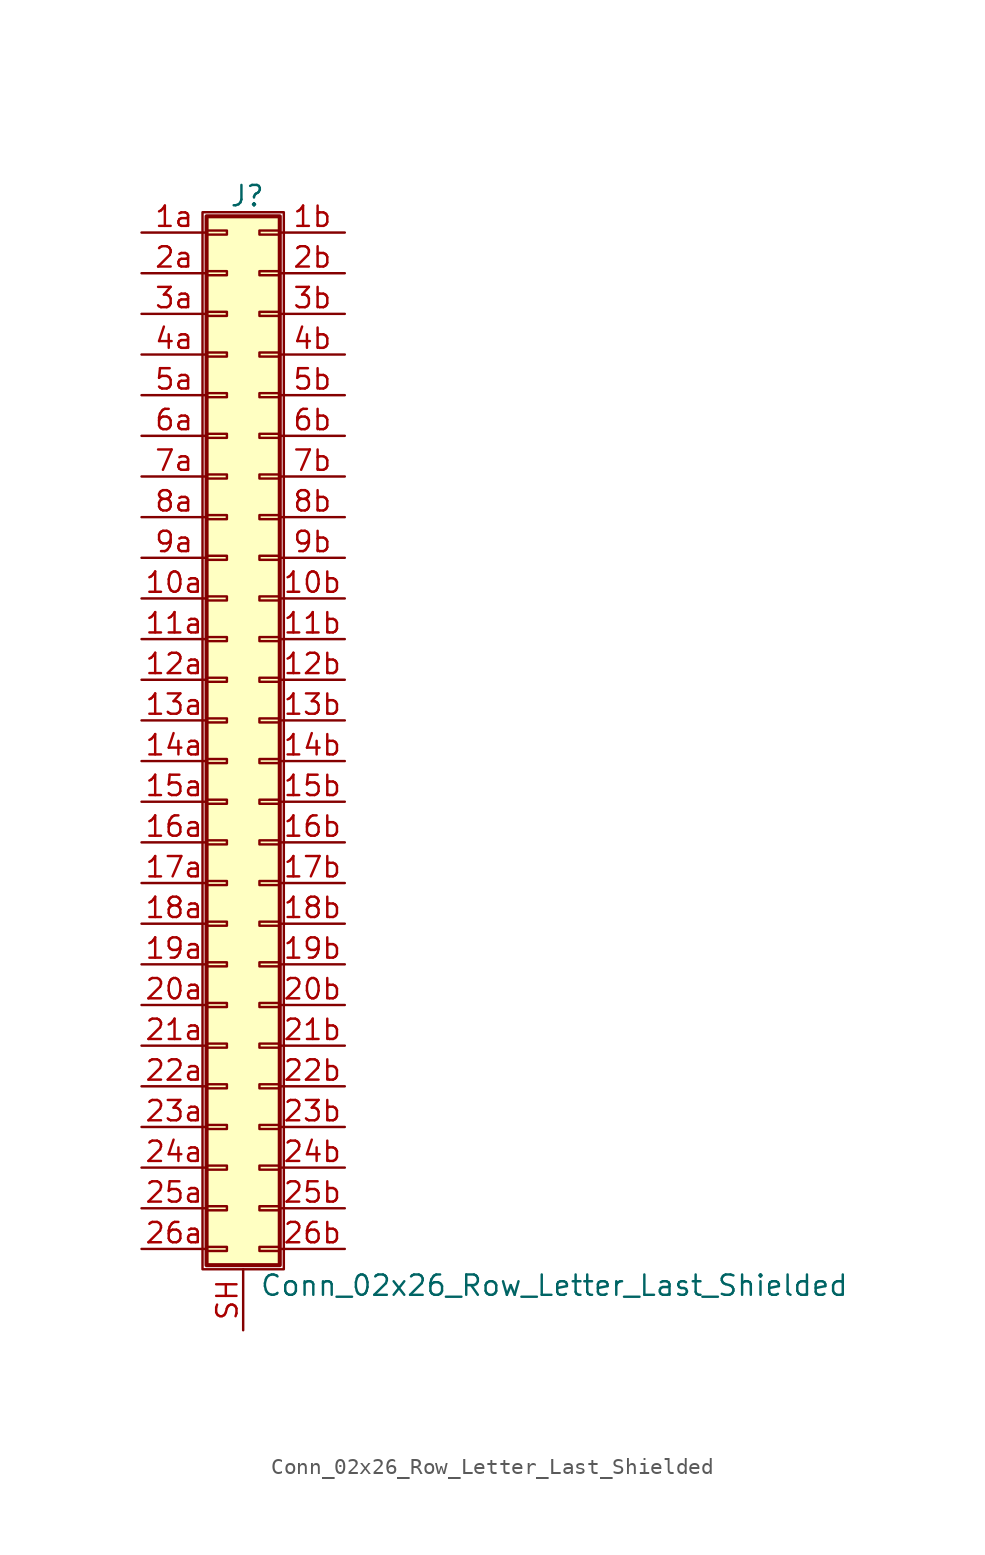
<source format=kicad_sym>
(kicad_symbol_lib
  (version 20201005)
  (generator kicad_symbol_editor)
  (symbol "Conn_02x26_Row_Letter_Last_Shielded"
    (pin_names
      (offset 1.016) hide)
    (property "Reference" "J"
      (at 1.524 32.766 0)
      (effects (font (size 1.27 1.27))))
    (property "Value" "Conn_02x26_Row_Letter_Last_Shielded"
      (at 2.286 -35.306 0)
      (effects (font (size 1.27 1.27)) (justify left)))
    (symbol "Conn_02x26_Row_Letter_Last_Shielded_1_1"
      (rectangle (start -1.27 31.75) (end 3.81 -34.29) (stroke (width 0.152)) (fill (type none)))
      (rectangle (start -1.016 -32.893) (end 0.254 -33.147) (stroke (width 0.152)) (fill (type none)))
      (rectangle (start -1.016 -30.353) (end 0.254 -30.607) (stroke (width 0.152)) (fill (type none)))
      (rectangle (start -1.016 -27.813) (end 0.254 -28.067) (stroke (width 0.152)) (fill (type none)))
      (rectangle (start -1.016 -25.273) (end 0.254 -25.527) (stroke (width 0.152)) (fill (type none)))
      (rectangle (start -1.016 -22.733) (end 0.254 -22.987) (stroke (width 0.152)) (fill (type none)))
      (rectangle (start -1.016 -20.193) (end 0.254 -20.447) (stroke (width 0.152)) (fill (type none)))
      (rectangle (start -1.016 -17.653) (end 0.254 -17.907) (stroke (width 0.152)) (fill (type none)))
      (rectangle (start -1.016 -15.113) (end 0.254 -15.367) (stroke (width 0.152)) (fill (type none)))
      (rectangle (start -1.016 -12.573) (end 0.254 -12.827) (stroke (width 0.152)) (fill (type none)))
      (rectangle (start -1.016 -10.033) (end 0.254 -10.287) (stroke (width 0.152)) (fill (type none)))
      (rectangle (start -1.016 -7.493) (end 0.254 -7.747) (stroke (width 0.152)) (fill (type none)))
      (rectangle (start -1.016 -4.953) (end 0.254 -5.207) (stroke (width 0.152)) (fill (type none)))
      (rectangle (start -1.016 -2.413) (end 0.254 -2.667) (stroke (width 0.152)) (fill (type none)))
      (rectangle (start -1.016 0.127) (end 0.254 -0.127) (stroke (width 0.152)) (fill (type none)))
      (rectangle (start -1.016 2.667) (end 0.254 2.413) (stroke (width 0.152)) (fill (type none)))
      (rectangle (start -1.016 5.207) (end 0.254 4.953) (stroke (width 0.152)) (fill (type none)))
      (rectangle (start -1.016 7.747) (end 0.254 7.493) (stroke (width 0.152)) (fill (type none)))
      (rectangle (start -1.016 10.287) (end 0.254 10.033) (stroke (width 0.152)) (fill (type none)))
      (rectangle (start -1.016 12.827) (end 0.254 12.573) (stroke (width 0.152)) (fill (type none)))
      (rectangle (start -1.016 15.367) (end 0.254 15.113) (stroke (width 0.152)) (fill (type none)))
      (rectangle (start -1.016 17.907) (end 0.254 17.653) (stroke (width 0.152)) (fill (type none)))
      (rectangle (start -1.016 20.447) (end 0.254 20.193) (stroke (width 0.152)) (fill (type none)))
      (rectangle (start -1.016 22.987) (end 0.254 22.733) (stroke (width 0.152)) (fill (type none)))
      (rectangle (start -1.016 25.527) (end 0.254 25.273) (stroke (width 0.152)) (fill (type none)))
      (rectangle (start -1.016 28.067) (end 0.254 27.813) (stroke (width 0.152)) (fill (type none)))
      (rectangle (start -1.016 30.607) (end 0.254 30.353) (stroke (width 0.152)) (fill (type none)))
      (rectangle (start 3.556 -32.893) (end 2.286 -33.147) (stroke (width 0.152)) (fill (type none)))
      (rectangle (start 3.556 -30.353) (end 2.286 -30.607) (stroke (width 0.152)) (fill (type none)))
      (rectangle (start 3.556 -27.813) (end 2.286 -28.067) (stroke (width 0.152)) (fill (type none)))
      (rectangle (start 3.556 -25.273) (end 2.286 -25.527) (stroke (width 0.152)) (fill (type none)))
      (rectangle (start 3.556 -22.733) (end 2.286 -22.987) (stroke (width 0.152)) (fill (type none)))
      (rectangle (start 3.556 -20.193) (end 2.286 -20.447) (stroke (width 0.152)) (fill (type none)))
      (rectangle (start 3.556 -17.653) (end 2.286 -17.907) (stroke (width 0.152)) (fill (type none)))
      (rectangle (start 3.556 -15.113) (end 2.286 -15.367) (stroke (width 0.152)) (fill (type none)))
      (rectangle (start 3.556 -12.573) (end 2.286 -12.827) (stroke (width 0.152)) (fill (type none)))
      (rectangle (start 3.556 -10.033) (end 2.286 -10.287) (stroke (width 0.152)) (fill (type none)))
      (rectangle (start 3.556 -7.493) (end 2.286 -7.747) (stroke (width 0.152)) (fill (type none)))
      (rectangle (start 3.556 -4.953) (end 2.286 -5.207) (stroke (width 0.152)) (fill (type none)))
      (rectangle (start 3.556 -2.413) (end 2.286 -2.667) (stroke (width 0.152)) (fill (type none)))
      (rectangle (start 3.556 0.127) (end 2.286 -0.127) (stroke (width 0.152)) (fill (type none)))
      (rectangle (start 3.556 2.667) (end 2.286 2.413) (stroke (width 0.152)) (fill (type none)))
      (rectangle (start 3.556 5.207) (end 2.286 4.953) (stroke (width 0.152)) (fill (type none)))
      (rectangle (start 3.556 7.747) (end 2.286 7.493) (stroke (width 0.152)) (fill (type none)))
      (rectangle (start 3.556 10.287) (end 2.286 10.033) (stroke (width 0.152)) (fill (type none)))
      (rectangle (start 3.556 12.827) (end 2.286 12.573) (stroke (width 0.152)) (fill (type none)))
      (rectangle (start 3.556 15.367) (end 2.286 15.113) (stroke (width 0.152)) (fill (type none)))
      (rectangle (start 3.556 17.907) (end 2.286 17.653) (stroke (width 0.152)) (fill (type none)))
      (rectangle (start 3.556 20.447) (end 2.286 20.193) (stroke (width 0.152)) (fill (type none)))
      (rectangle (start 3.556 22.987) (end 2.286 22.733) (stroke (width 0.152)) (fill (type none)))
      (rectangle (start 3.556 25.527) (end 2.286 25.273) (stroke (width 0.152)) (fill (type none)))
      (rectangle (start 3.556 28.067) (end 2.286 27.813) (stroke (width 0.152)) (fill (type none)))
      (rectangle (start 3.556 30.607) (end 2.286 30.353) (stroke (width 0.152)) (fill (type none)))
      (rectangle (start -1.016 31.496) (end 3.556 -34.036) (stroke (width 0.254)) (fill (type background)))
      (pin passive line (at -5.08 7.62 0) (length 4.064) (name "Pin_10a" (effects (font (size 1.27 1.27)))) (number "10a" (effects (font (size 1.27 1.27)))))
      (pin passive line (at 7.62 7.62 180) (length 4.064) (name "Pin_10b" (effects (font (size 1.27 1.27)))) (number "10b" (effects (font (size 1.27 1.27)))))
      (pin passive line (at -5.08 5.08 0) (length 4.064) (name "Pin_11a" (effects (font (size 1.27 1.27)))) (number "11a" (effects (font (size 1.27 1.27)))))
      (pin passive line (at 7.62 5.08 180) (length 4.064) (name "Pin_11b" (effects (font (size 1.27 1.27)))) (number "11b" (effects (font (size 1.27 1.27)))))
      (pin passive line (at -5.08 2.54 0) (length 4.064) (name "Pin_12a" (effects (font (size 1.27 1.27)))) (number "12a" (effects (font (size 1.27 1.27)))))
      (pin passive line (at 7.62 2.54 180) (length 4.064) (name "Pin_12b" (effects (font (size 1.27 1.27)))) (number "12b" (effects (font (size 1.27 1.27)))))
      (pin passive line (at -5.08 0 0) (length 4.064) (name "Pin_13a" (effects (font (size 1.27 1.27)))) (number "13a" (effects (font (size 1.27 1.27)))))
      (pin passive line (at 7.62 0 180) (length 4.064) (name "Pin_13b" (effects (font (size 1.27 1.27)))) (number "13b" (effects (font (size 1.27 1.27)))))
      (pin passive line (at -5.08 -2.54 0) (length 4.064) (name "Pin_14a" (effects (font (size 1.27 1.27)))) (number "14a" (effects (font (size 1.27 1.27)))))
      (pin passive line (at 7.62 -2.54 180) (length 4.064) (name "Pin_14b" (effects (font (size 1.27 1.27)))) (number "14b" (effects (font (size 1.27 1.27)))))
      (pin passive line (at -5.08 -5.08 0) (length 4.064) (name "Pin_15a" (effects (font (size 1.27 1.27)))) (number "15a" (effects (font (size 1.27 1.27)))))
      (pin passive line (at 7.62 -5.08 180) (length 4.064) (name "Pin_15b" (effects (font (size 1.27 1.27)))) (number "15b" (effects (font (size 1.27 1.27)))))
      (pin passive line (at -5.08 -7.62 0) (length 4.064) (name "Pin_16a" (effects (font (size 1.27 1.27)))) (number "16a" (effects (font (size 1.27 1.27)))))
      (pin passive line (at 7.62 -7.62 180) (length 4.064) (name "Pin_16b" (effects (font (size 1.27 1.27)))) (number "16b" (effects (font (size 1.27 1.27)))))
      (pin passive line (at -5.08 -10.16 0) (length 4.064) (name "Pin_17a" (effects (font (size 1.27 1.27)))) (number "17a" (effects (font (size 1.27 1.27)))))
      (pin passive line (at 7.62 -10.16 180) (length 4.064) (name "Pin_17b" (effects (font (size 1.27 1.27)))) (number "17b" (effects (font (size 1.27 1.27)))))
      (pin passive line (at -5.08 -12.7 0) (length 4.064) (name "Pin_18a" (effects (font (size 1.27 1.27)))) (number "18a" (effects (font (size 1.27 1.27)))))
      (pin passive line (at 7.62 -12.7 180) (length 4.064) (name "Pin_18b" (effects (font (size 1.27 1.27)))) (number "18b" (effects (font (size 1.27 1.27)))))
      (pin passive line (at -5.08 -15.24 0) (length 4.064) (name "Pin_19a" (effects (font (size 1.27 1.27)))) (number "19a" (effects (font (size 1.27 1.27)))))
      (pin passive line (at 7.62 -15.24 180) (length 4.064) (name "Pin_19b" (effects (font (size 1.27 1.27)))) (number "19b" (effects (font (size 1.27 1.27)))))
      (pin passive line (at -5.08 30.48 0) (length 4.064) (name "Pin_1a" (effects (font (size 1.27 1.27)))) (number "1a" (effects (font (size 1.27 1.27)))))
      (pin passive line (at 7.62 30.48 180) (length 4.064) (name "Pin_1b" (effects (font (size 1.27 1.27)))) (number "1b" (effects (font (size 1.27 1.27)))))
      (pin passive line (at -5.08 -17.78 0) (length 4.064) (name "Pin_20a" (effects (font (size 1.27 1.27)))) (number "20a" (effects (font (size 1.27 1.27)))))
      (pin passive line (at 7.62 -17.78 180) (length 4.064) (name "Pin_20b" (effects (font (size 1.27 1.27)))) (number "20b" (effects (font (size 1.27 1.27)))))
      (pin passive line (at -5.08 -20.32 0) (length 4.064) (name "Pin_21a" (effects (font (size 1.27 1.27)))) (number "21a" (effects (font (size 1.27 1.27)))))
      (pin passive line (at 7.62 -20.32 180) (length 4.064) (name "Pin_21b" (effects (font (size 1.27 1.27)))) (number "21b" (effects (font (size 1.27 1.27)))))
      (pin passive line (at -5.08 -22.86 0) (length 4.064) (name "Pin_22a" (effects (font (size 1.27 1.27)))) (number "22a" (effects (font (size 1.27 1.27)))))
      (pin passive line (at 7.62 -22.86 180) (length 4.064) (name "Pin_22b" (effects (font (size 1.27 1.27)))) (number "22b" (effects (font (size 1.27 1.27)))))
      (pin passive line (at -5.08 -25.4 0) (length 4.064) (name "Pin_23a" (effects (font (size 1.27 1.27)))) (number "23a" (effects (font (size 1.27 1.27)))))
      (pin passive line (at 7.62 -25.4 180) (length 4.064) (name "Pin_23b" (effects (font (size 1.27 1.27)))) (number "23b" (effects (font (size 1.27 1.27)))))
      (pin passive line (at -5.08 -27.94 0) (length 4.064) (name "Pin_24a" (effects (font (size 1.27 1.27)))) (number "24a" (effects (font (size 1.27 1.27)))))
      (pin passive line (at 7.62 -27.94 180) (length 4.064) (name "Pin_24b" (effects (font (size 1.27 1.27)))) (number "24b" (effects (font (size 1.27 1.27)))))
      (pin passive line (at -5.08 -30.48 0) (length 4.064) (name "Pin_25a" (effects (font (size 1.27 1.27)))) (number "25a" (effects (font (size 1.27 1.27)))))
      (pin passive line (at 7.62 -30.48 180) (length 4.064) (name "Pin_25b" (effects (font (size 1.27 1.27)))) (number "25b" (effects (font (size 1.27 1.27)))))
      (pin passive line (at -5.08 -33.02 0) (length 4.064) (name "Pin_26a" (effects (font (size 1.27 1.27)))) (number "26a" (effects (font (size 1.27 1.27)))))
      (pin passive line (at 7.62 -33.02 180) (length 4.064) (name "Pin_26b" (effects (font (size 1.27 1.27)))) (number "26b" (effects (font (size 1.27 1.27)))))
      (pin passive line (at -5.08 27.94 0) (length 4.064) (name "Pin_2a" (effects (font (size 1.27 1.27)))) (number "2a" (effects (font (size 1.27 1.27)))))
      (pin passive line (at 7.62 27.94 180) (length 4.064) (name "Pin_2b" (effects (font (size 1.27 1.27)))) (number "2b" (effects (font (size 1.27 1.27)))))
      (pin passive line (at -5.08 25.4 0) (length 4.064) (name "Pin_3a" (effects (font (size 1.27 1.27)))) (number "3a" (effects (font (size 1.27 1.27)))))
      (pin passive line (at 7.62 25.4 180) (length 4.064) (name "Pin_3b" (effects (font (size 1.27 1.27)))) (number "3b" (effects (font (size 1.27 1.27)))))
      (pin passive line (at -5.08 22.86 0) (length 4.064) (name "Pin_4a" (effects (font (size 1.27 1.27)))) (number "4a" (effects (font (size 1.27 1.27)))))
      (pin passive line (at 7.62 22.86 180) (length 4.064) (name "Pin_4b" (effects (font (size 1.27 1.27)))) (number "4b" (effects (font (size 1.27 1.27)))))
      (pin passive line (at -5.08 20.32 0) (length 4.064) (name "Pin_5a" (effects (font (size 1.27 1.27)))) (number "5a" (effects (font (size 1.27 1.27)))))
      (pin passive line (at 7.62 20.32 180) (length 4.064) (name "Pin_5b" (effects (font (size 1.27 1.27)))) (number "5b" (effects (font (size 1.27 1.27)))))
      (pin passive line (at -5.08 17.78 0) (length 4.064) (name "Pin_6a" (effects (font (size 1.27 1.27)))) (number "6a" (effects (font (size 1.27 1.27)))))
      (pin passive line (at 7.62 17.78 180) (length 4.064) (name "Pin_6b" (effects (font (size 1.27 1.27)))) (number "6b" (effects (font (size 1.27 1.27)))))
      (pin passive line (at -5.08 15.24 0) (length 4.064) (name "Pin_7a" (effects (font (size 1.27 1.27)))) (number "7a" (effects (font (size 1.27 1.27)))))
      (pin passive line (at 7.62 15.24 180) (length 4.064) (name "Pin_7b" (effects (font (size 1.27 1.27)))) (number "7b" (effects (font (size 1.27 1.27)))))
      (pin passive line (at -5.08 12.7 0) (length 4.064) (name "Pin_8a" (effects (font (size 1.27 1.27)))) (number "8a" (effects (font (size 1.27 1.27)))))
      (pin passive line (at 7.62 12.7 180) (length 4.064) (name "Pin_8b" (effects (font (size 1.27 1.27)))) (number "8b" (effects (font (size 1.27 1.27)))))
      (pin passive line (at -5.08 10.16 0) (length 4.064) (name "Pin_9a" (effects (font (size 1.27 1.27)))) (number "9a" (effects (font (size 1.27 1.27)))))
      (pin passive line (at 7.62 10.16 180) (length 4.064) (name "Pin_9b" (effects (font (size 1.27 1.27)))) (number "9b" (effects (font (size 1.27 1.27)))))
      (pin passive line (at 1.27 -38.1 90) (length 3.81) (name "Shield" (effects (font (size 1.27 1.27)))) (number "SH" (effects (font (size 1.27 1.27))))))))
</source>
